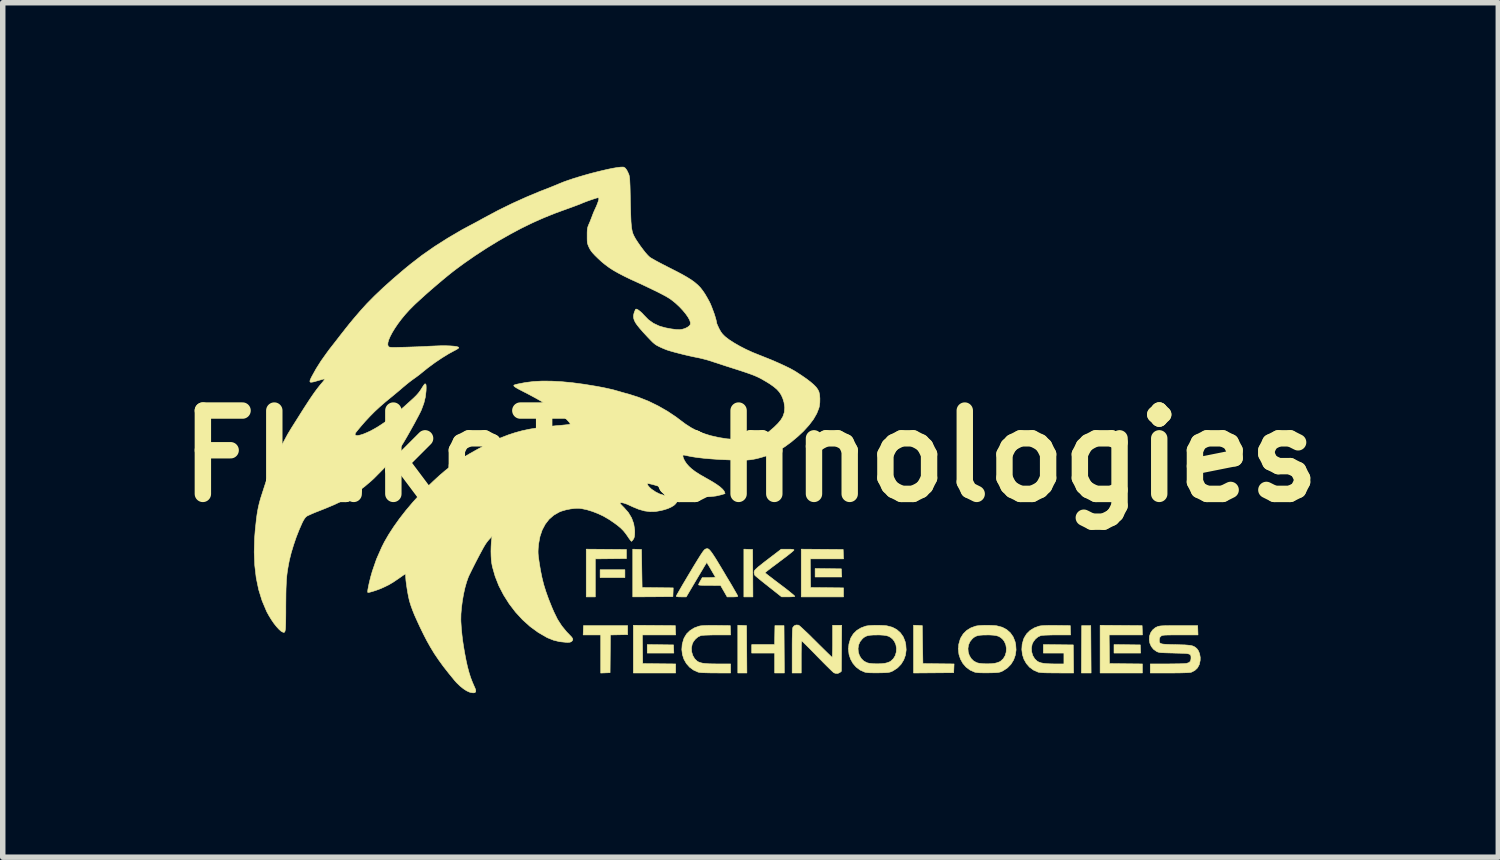
<source format=kicad_pcb>
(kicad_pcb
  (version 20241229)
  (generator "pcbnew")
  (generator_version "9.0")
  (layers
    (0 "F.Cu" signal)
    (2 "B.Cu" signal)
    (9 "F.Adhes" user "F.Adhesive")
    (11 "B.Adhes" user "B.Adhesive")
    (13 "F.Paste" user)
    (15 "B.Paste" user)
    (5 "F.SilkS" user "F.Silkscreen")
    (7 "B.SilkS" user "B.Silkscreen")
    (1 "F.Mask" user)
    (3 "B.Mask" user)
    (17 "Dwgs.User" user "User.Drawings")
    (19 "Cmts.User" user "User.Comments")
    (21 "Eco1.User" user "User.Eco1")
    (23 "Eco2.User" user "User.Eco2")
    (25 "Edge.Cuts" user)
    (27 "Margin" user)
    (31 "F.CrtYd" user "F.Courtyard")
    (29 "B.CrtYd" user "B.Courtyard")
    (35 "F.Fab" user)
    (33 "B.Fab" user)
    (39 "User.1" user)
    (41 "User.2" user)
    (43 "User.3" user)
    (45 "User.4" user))
  (footprint "FlakeTechnologies"
    (layer "F.Cu")
    (at 10.675 5.293)
    (property "Reference" "FlakeTechnologies" (at 0 0 0) (layer "F.SilkS") (effects (font (size 1.524 1.524) (thickness 0.3))))
    (attr through_hole)
    (fp_poly (pts (xy -2.297 2.22) (xy -2.75 2.22) (xy -2.75 2.076) (xy -2.297 2.076) (xy -2.297 2.22)) (stroke (width 0.01) (type solid)) (fill yes) (layer "F.SilkS"))
    (fp_poly (pts (xy -1.648 3.448) (xy -1.408 3.451) (xy -1.405 3.526) (xy -1.402 3.6) (xy -1.888 3.6) (xy -1.888 3.445) (xy -1.648 3.448)) (stroke (width 0.01) (type solid)) (fill yes) (layer "F.SilkS"))
    (fp_poly (pts (xy -0.152 3.094) (xy -0.072 3.098) (xy -0.069 3.531) (xy -0.066 3.965) (xy -0.232 3.965) (xy -0.232 3.091) (xy -0.152 3.094)) (stroke (width 0.01) (type solid)) (fill yes) (layer "F.SilkS"))
    (fp_poly (pts (xy -0.041 1.703) (xy 0.039 1.706) (xy 0.042 2.14) (xy 0.044 2.573) (xy -0.121 2.573) (xy -0.121 1.7) (xy -0.041 1.703)) (stroke (width 0.01) (type solid)) (fill yes) (layer "F.SilkS"))
    (fp_poly (pts (xy 1.422 2.057) (xy 1.662 2.06) (xy 1.665 2.134) (xy 1.669 2.209) (xy 1.182 2.209) (xy 1.182 2.054) (xy 1.422 2.057)) (stroke (width 0.01) (type solid)) (fill yes) (layer "F.SilkS"))
    (fp_poly (pts (xy 6.226 3.531) (xy 6.229 3.965) (xy 6.052 3.965) (xy 6.054 3.531) (xy 6.057 3.098) (xy 6.223 3.098) (xy 6.226 3.531)) (stroke (width 0.01) (type solid)) (fill yes) (layer "F.SilkS"))
    (fp_poly (pts (xy 6.888 3.448) (xy 7.129 3.451) (xy 7.132 3.526) (xy 7.135 3.6) (xy 6.648 3.6) (xy 6.648 3.445) (xy 6.888 3.448)) (stroke (width 0.01) (type solid)) (fill yes) (layer "F.SilkS"))
    (fp_poly (pts (xy -2.269 1.706) (xy -2.269 1.872) (xy -2.554 1.875) (xy -2.838 1.878) (xy -2.838 2.573) (xy -3.004 2.573) (xy -3.004 1.7) (xy -2.269 1.706)) (stroke (width 0.01) (type solid)) (fill yes) (layer "F.SilkS"))
    (fp_poly (pts (xy 0.616 3.531) (xy 0.619 3.965) (xy 0.442 3.965) (xy 0.442 3.6) (xy 0.022 3.6) (xy 0.022 3.446) (xy 0.441 3.446) (xy 0.447 3.098) (xy 0.613 3.098) (xy 0.616 3.531)) (stroke (width 0.01) (type solid)) (fill yes) (layer "F.SilkS"))
    (fp_poly (pts (xy 3.062 3.094) (xy 3.142 3.098) (xy 3.147 3.446) (xy 3.153 3.793) (xy 3.438 3.796) (xy 3.723 3.799) (xy 3.716 3.959) (xy 3.349 3.962) (xy 2.982 3.965) (xy 2.982 3.091) (xy 3.062 3.094)) (stroke (width 0.01) (type solid)) (fill yes) (layer "F.SilkS"))
    (fp_poly (pts (xy -2.247 3.263) (xy -2.405 3.266) (xy -2.562 3.269) (xy -2.565 3.614) (xy -2.568 3.959) (xy -2.739 3.966) (xy -2.739 3.269) (xy -3.06 3.269) (xy -3.057 3.183) (xy -3.054 3.098) (xy -2.247 3.098) (xy -2.247 3.263)) (stroke (width 0.01) (type solid)) (fill yes) (layer "F.SilkS"))
    (fp_poly (pts (xy -2.073 1.703) (xy -1.993 1.706) (xy -1.988 2.054) (xy -1.982 2.402) (xy -1.697 2.405) (xy -1.413 2.408) (xy -1.416 2.488) (xy -1.419 2.568) (xy -1.786 2.571) (xy -2.153 2.573) (xy -2.153 1.7) (xy -2.073 1.703)) (stroke (width 0.01) (type solid)) (fill yes) (layer "F.SilkS"))
    (fp_poly (pts (xy 7.162 3.098) (xy 7.165 3.183) (xy 7.168 3.269) (xy 6.559 3.269) (xy 6.562 3.531) (xy 6.565 3.793) (xy 6.866 3.796) (xy 7.167 3.799) (xy 7.167 3.965) (xy 6.394 3.965) (xy 6.394 3.092) (xy 7.162 3.098)) (stroke (width 0.01) (type solid)) (fill yes) (layer "F.SilkS"))
    (fp_poly (pts (xy -1.759 3.095) (xy -1.375 3.098) (xy -1.372 3.183) (xy -1.368 3.269) (xy -1.977 3.269) (xy -1.974 3.531) (xy -1.971 3.793) (xy -1.67 3.796) (xy -1.369 3.799) (xy -1.369 3.965) (xy -2.142 3.965) (xy -2.142 3.092) (xy -1.759 3.095)) (stroke (width 0.01) (type solid)) (fill yes) (layer "F.SilkS"))
    (fp_poly (pts (xy 1.311 1.703) (xy 1.695 1.706) (xy 1.698 1.792) (xy 1.702 1.877) (xy 1.093 1.877) (xy 1.096 2.14) (xy 1.099 2.402) (xy 1.4 2.405) (xy 1.701 2.408) (xy 1.701 2.573) (xy 0.928 2.573) (xy 0.928 1.7) (xy 1.311 1.703)) (stroke (width 0.01) (type solid)) (fill yes) (layer "F.SilkS"))
    (fp_poly (pts (xy -0.633 3.094) (xy -0.612 3.095) (xy -0.37 3.098) (xy -0.367 3.183) (xy -0.364 3.269) (xy -0.615 3.269) (xy -0.696 3.269) (xy -0.768 3.271) (xy -0.83 3.273) (xy -0.877 3.276) (xy -0.906 3.28) (xy -0.909 3.281) (xy -0.959 3.304) (xy -1.006 3.343) (xy -1.045 3.392) (xy -1.066 3.437) (xy -1.08 3.507) (xy -1.076 3.578) (xy -1.055 3.646) (xy -1.021 3.704) (xy -0.977 3.747) (xy -0.95 3.763) (xy -0.918 3.775) (xy -0.878 3.785) (xy -0.828 3.791) (xy -0.764 3.796) (xy -0.685 3.798) (xy -0.586 3.799) (xy -0.583 3.799) (xy -0.364 3.799) (xy -0.364 3.965) (xy -0.638 3.964) (xy -0.738 3.963) (xy -0.819 3.961) (xy -0.88 3.959) (xy -0.925 3.955) (xy -0.953 3.95) (xy -0.958 3.949) (xy -1.042 3.911) (xy -1.114 3.858) (xy -1.173 3.791) (xy -1.217 3.713) (xy -1.245 3.627) (xy -1.256 3.536) (xy -1.249 3.442) (xy -1.223 3.348) (xy -1.211 3.32) (xy -1.167 3.248) (xy -1.105 3.188) (xy -1.03 3.141) (xy -0.944 3.109) (xy -0.916 3.103) (xy -0.886 3.1) (xy -0.839 3.097) (xy -0.778 3.095) (xy -0.708 3.094) (xy -0.633 3.094)) (stroke (width 0.01) (type solid)) (fill yes) (layer "F.SilkS"))
    (fp_poly (pts (xy 0.732 1.701) (xy 0.767 1.703) (xy 0.787 1.707) (xy 0.795 1.713) (xy 0.795 1.716) (xy 0.787 1.727) (xy 0.762 1.748) (xy 0.725 1.779) (xy 0.676 1.818) (xy 0.618 1.862) (xy 0.553 1.911) (xy 0.53 1.928) (xy 0.464 1.978) (xy 0.403 2.023) (xy 0.351 2.063) (xy 0.309 2.095) (xy 0.281 2.118) (xy 0.267 2.129) (xy 0.266 2.131) (xy 0.274 2.139) (xy 0.298 2.158) (xy 0.336 2.188) (xy 0.385 2.225) (xy 0.443 2.27) (xy 0.508 2.319) (xy 0.542 2.345) (xy 0.61 2.396) (xy 0.671 2.443) (xy 0.723 2.485) (xy 0.766 2.52) (xy 0.795 2.545) (xy 0.81 2.56) (xy 0.811 2.563) (xy 0.798 2.567) (xy 0.768 2.57) (xy 0.725 2.572) (xy 0.687 2.573) (xy 0.569 2.572) (xy 0.331 2.384) (xy 0.268 2.334) (xy 0.21 2.288) (xy 0.16 2.247) (xy 0.12 2.214) (xy 0.093 2.191) (xy 0.08 2.179) (xy 0.08 2.179) (xy 0.07 2.155) (xy 0.066 2.126) (xy 0.067 2.112) (xy 0.071 2.099) (xy 0.08 2.084) (xy 0.095 2.067) (xy 0.119 2.045) (xy 0.152 2.016) (xy 0.198 1.98) (xy 0.257 1.933) (xy 0.332 1.876) (xy 0.35 1.862) (xy 0.561 1.701) (xy 0.678 1.701) (xy 0.732 1.701)) (stroke (width 0.01) (type solid)) (fill yes) (layer "F.SilkS"))
    (fp_poly (pts (xy 5.584 3.094) (xy 5.605 3.095) (xy 5.848 3.098) (xy 5.851 3.183) (xy 5.854 3.269) (xy 5.602 3.269) (xy 5.522 3.269) (xy 5.449 3.271) (xy 5.388 3.273) (xy 5.341 3.276) (xy 5.312 3.28) (xy 5.308 3.281) (xy 5.258 3.304) (xy 5.211 3.343) (xy 5.173 3.392) (xy 5.151 3.437) (xy 5.138 3.507) (xy 5.142 3.578) (xy 5.162 3.646) (xy 5.197 3.704) (xy 5.241 3.747) (xy 5.273 3.765) (xy 5.313 3.779) (xy 5.364 3.789) (xy 5.428 3.795) (xy 5.508 3.798) (xy 5.574 3.799) (xy 5.732 3.799) (xy 5.732 3.6) (xy 5.356 3.6) (xy 5.356 3.445) (xy 5.629 3.448) (xy 5.903 3.451) (xy 5.906 3.708) (xy 5.909 3.965) (xy 5.608 3.964) (xy 5.504 3.963) (xy 5.421 3.962) (xy 5.356 3.96) (xy 5.308 3.956) (xy 5.275 3.952) (xy 5.26 3.949) (xy 5.175 3.911) (xy 5.103 3.858) (xy 5.045 3.791) (xy 5.001 3.713) (xy 4.973 3.627) (xy 4.962 3.536) (xy 4.968 3.442) (xy 4.994 3.348) (xy 5.006 3.32) (xy 5.051 3.248) (xy 5.112 3.188) (xy 5.188 3.141) (xy 5.273 3.109) (xy 5.302 3.103) (xy 5.331 3.1) (xy 5.379 3.097) (xy 5.44 3.095) (xy 5.509 3.094) (xy 5.584 3.094)) (stroke (width 0.01) (type solid)) (fill yes) (layer "F.SilkS"))
    (fp_poly (pts (xy 0.874 3.089) (xy 0.881 3.091) (xy 0.896 3.102) (xy 0.924 3.126) (xy 0.964 3.163) (xy 1.013 3.209) (xy 1.071 3.264) (xy 1.133 3.326) (xy 1.199 3.391) (xy 1.264 3.456) (xy 1.325 3.516) (xy 1.379 3.569) (xy 1.425 3.614) (xy 1.46 3.648) (xy 1.484 3.67) (xy 1.493 3.677) (xy 1.494 3.677) (xy 1.496 3.667) (xy 1.498 3.637) (xy 1.499 3.591) (xy 1.501 3.531) (xy 1.502 3.461) (xy 1.502 3.385) (xy 1.502 3.092) (xy 1.668 3.092) (xy 1.665 3.513) (xy 1.662 3.933) (xy 1.636 3.955) (xy 1.597 3.973) (xy 1.553 3.971) (xy 1.524 3.96) (xy 1.51 3.948) (xy 1.483 3.923) (xy 1.444 3.885) (xy 1.396 3.838) (xy 1.34 3.782) (xy 1.279 3.72) (xy 1.222 3.662) (xy 1.159 3.597) (xy 1.1 3.537) (xy 1.047 3.484) (xy 1.003 3.44) (xy 0.969 3.407) (xy 0.946 3.386) (xy 0.938 3.379) (xy 0.935 3.39) (xy 0.932 3.42) (xy 0.93 3.468) (xy 0.929 3.531) (xy 0.928 3.607) (xy 0.928 3.672) (xy 0.928 3.965) (xy 0.762 3.965) (xy 0.762 3.562) (xy 0.762 3.439) (xy 0.763 3.337) (xy 0.765 3.257) (xy 0.767 3.196) (xy 0.77 3.156) (xy 0.774 3.134) (xy 0.774 3.132) (xy 0.799 3.102) (xy 0.835 3.087) (xy 0.874 3.089)) (stroke (width 0.01) (type solid)) (fill yes) (layer "F.SilkS"))
    (fp_poly (pts (xy -0.781 1.692) (xy -0.766 1.699) (xy -0.749 1.714) (xy -0.728 1.738) (xy -0.703 1.772) (xy -0.672 1.818) (xy -0.634 1.877) (xy -0.589 1.951) (xy -0.534 2.042) (xy -0.482 2.129) (xy -0.43 2.217) (xy -0.381 2.298) (xy -0.337 2.372) (xy -0.3 2.437) (xy -0.269 2.49) (xy -0.247 2.529) (xy -0.235 2.553) (xy -0.232 2.559) (xy -0.239 2.567) (xy -0.262 2.571) (xy -0.304 2.573) (xy -0.329 2.573) (xy -0.427 2.573) (xy -0.487 2.468) (xy -0.547 2.364) (xy -0.748 2.363) (xy -0.827 2.363) (xy -0.886 2.361) (xy -0.924 2.359) (xy -0.945 2.355) (xy -0.95 2.351) (xy -0.945 2.335) (xy -0.931 2.307) (xy -0.916 2.279) (xy -0.882 2.22) (xy -0.76 2.22) (xy -0.712 2.219) (xy -0.673 2.217) (xy -0.649 2.214) (xy -0.642 2.211) (xy -0.65 2.197) (xy -0.665 2.17) (xy -0.687 2.133) (xy -0.712 2.09) (xy -0.737 2.047) (xy -0.761 2.006) (xy -0.782 1.973) (xy -0.795 1.95) (xy -0.8 1.944) (xy -0.806 1.953) (xy -0.822 1.979) (xy -0.847 2.019) (xy -0.878 2.072) (xy -0.916 2.135) (xy -0.958 2.206) (xy -0.989 2.258) (xy -1.175 2.573) (xy -1.267 2.573) (xy -1.316 2.572) (xy -1.346 2.568) (xy -1.358 2.562) (xy -1.358 2.56) (xy -1.353 2.548) (xy -1.337 2.519) (xy -1.312 2.475) (xy -1.279 2.418) (xy -1.24 2.35) (xy -1.194 2.273) (xy -1.145 2.19) (xy -1.109 2.13) (xy -1.047 2.026) (xy -0.995 1.941) (xy -0.952 1.871) (xy -0.917 1.815) (xy -0.889 1.773) (xy -0.867 1.741) (xy -0.85 1.72) (xy -0.837 1.707) (xy -0.827 1.7) (xy -0.827 1.7) (xy -0.811 1.694) (xy -0.796 1.691) (xy -0.781 1.692)) (stroke (width 0.01) (type solid)) (fill yes) (layer "F.SilkS"))
    (fp_poly (pts (xy 2.38 3.094) (xy 2.445 3.097) (xy 2.497 3.102) (xy 2.499 3.103) (xy 2.594 3.128) (xy 2.675 3.171) (xy 2.742 3.23) (xy 2.794 3.304) (xy 2.829 3.393) (xy 2.84 3.445) (xy 2.847 3.543) (xy 2.834 3.638) (xy 2.802 3.726) (xy 2.753 3.805) (xy 2.689 3.871) (xy 2.61 3.923) (xy 2.597 3.93) (xy 2.574 3.94) (xy 2.552 3.948) (xy 2.528 3.953) (xy 2.498 3.957) (xy 2.458 3.959) (xy 2.404 3.961) (xy 2.336 3.962) (xy 2.251 3.962) (xy 2.185 3.961) (xy 2.137 3.957) (xy 2.103 3.952) (xy 2.09 3.949) (xy 2.005 3.911) (xy 1.932 3.856) (xy 1.874 3.789) (xy 1.83 3.71) (xy 1.802 3.624) (xy 1.792 3.532) (xy 1.793 3.517) (xy 1.967 3.517) (xy 1.972 3.583) (xy 1.992 3.645) (xy 2.026 3.701) (xy 2.072 3.746) (xy 2.13 3.777) (xy 2.171 3.787) (xy 2.239 3.795) (xy 2.317 3.797) (xy 2.394 3.795) (xy 2.456 3.788) (xy 2.501 3.777) (xy 2.543 3.761) (xy 2.563 3.75) (xy 2.612 3.705) (xy 2.647 3.648) (xy 2.666 3.583) (xy 2.67 3.514) (xy 2.659 3.447) (xy 2.631 3.385) (xy 2.598 3.343) (xy 2.564 3.315) (xy 2.528 3.294) (xy 2.485 3.281) (xy 2.431 3.273) (xy 2.361 3.269) (xy 2.321 3.269) (xy 2.245 3.27) (xy 2.187 3.274) (xy 2.142 3.282) (xy 2.106 3.295) (xy 2.075 3.314) (xy 2.048 3.337) (xy 2.004 3.391) (xy 1.977 3.452) (xy 1.967 3.517) (xy 1.793 3.517) (xy 1.8 3.438) (xy 1.827 3.344) (xy 1.837 3.32) (xy 1.881 3.249) (xy 1.942 3.188) (xy 2.018 3.141) (xy 2.103 3.109) (xy 2.13 3.103) (xy 2.177 3.098) (xy 2.239 3.094) (xy 2.309 3.093) (xy 2.38 3.094)) (stroke (width 0.01) (type solid)) (fill yes) (layer "F.SilkS"))
    (fp_poly (pts (xy 4.39 3.094) (xy 4.455 3.097) (xy 4.507 3.102) (xy 4.509 3.103) (xy 4.604 3.128) (xy 4.685 3.171) (xy 4.752 3.23) (xy 4.804 3.304) (xy 4.839 3.393) (xy 4.85 3.445) (xy 4.857 3.543) (xy 4.843 3.638) (xy 4.812 3.726) (xy 4.763 3.805) (xy 4.699 3.871) (xy 4.62 3.923) (xy 4.607 3.93) (xy 4.584 3.94) (xy 4.562 3.948) (xy 4.538 3.953) (xy 4.508 3.957) (xy 4.468 3.959) (xy 4.414 3.961) (xy 4.346 3.962) (xy 4.261 3.962) (xy 4.195 3.961) (xy 4.147 3.957) (xy 4.113 3.952) (xy 4.1 3.949) (xy 4.015 3.911) (xy 3.942 3.856) (xy 3.884 3.789) (xy 3.84 3.71) (xy 3.812 3.624) (xy 3.802 3.532) (xy 3.803 3.517) (xy 3.977 3.517) (xy 3.982 3.583) (xy 4.002 3.645) (xy 4.036 3.701) (xy 4.082 3.746) (xy 4.14 3.777) (xy 4.181 3.787) (xy 4.249 3.795) (xy 4.327 3.797) (xy 4.404 3.795) (xy 4.466 3.788) (xy 4.51 3.777) (xy 4.553 3.761) (xy 4.573 3.75) (xy 4.622 3.705) (xy 4.657 3.648) (xy 4.676 3.583) (xy 4.68 3.514) (xy 4.669 3.447) (xy 4.641 3.385) (xy 4.608 3.343) (xy 4.574 3.315) (xy 4.538 3.294) (xy 4.495 3.281) (xy 4.441 3.273) (xy 4.371 3.269) (xy 4.33 3.269) (xy 4.255 3.27) (xy 4.197 3.274) (xy 4.152 3.282) (xy 4.116 3.295) (xy 4.085 3.314) (xy 4.058 3.337) (xy 4.014 3.391) (xy 3.987 3.452) (xy 3.977 3.517) (xy 3.803 3.517) (xy 3.809 3.438) (xy 3.836 3.344) (xy 3.847 3.32) (xy 3.891 3.249) (xy 3.952 3.188) (xy 4.027 3.141) (xy 4.113 3.109) (xy 4.14 3.103) (xy 4.187 3.098) (xy 4.249 3.094) (xy 4.319 3.093) (xy 4.39 3.094)) (stroke (width 0.01) (type solid)) (fill yes) (layer "F.SilkS"))
    (fp_poly (pts (xy 8.181 3.183) (xy 8.184 3.269) (xy 7.859 3.269) (xy 7.766 3.269) (xy 7.692 3.269) (xy 7.635 3.27) (xy 7.593 3.271) (xy 7.562 3.273) (xy 7.54 3.276) (xy 7.525 3.28) (xy 7.515 3.285) (xy 7.506 3.292) (xy 7.484 3.316) (xy 7.477 3.348) (xy 7.476 3.356) (xy 7.477 3.381) (xy 7.479 3.4) (xy 7.487 3.415) (xy 7.502 3.425) (xy 7.526 3.433) (xy 7.562 3.438) (xy 7.613 3.441) (xy 7.681 3.444) (xy 7.769 3.446) (xy 7.776 3.446) (xy 7.87 3.449) (xy 7.945 3.451) (xy 8.003 3.456) (xy 8.048 3.461) (xy 8.083 3.469) (xy 8.11 3.48) (xy 8.133 3.494) (xy 8.155 3.512) (xy 8.164 3.52) (xy 8.193 3.561) (xy 8.214 3.616) (xy 8.225 3.679) (xy 8.224 3.734) (xy 8.208 3.809) (xy 8.175 3.871) (xy 8.126 3.918) (xy 8.064 3.95) (xy 8.052 3.953) (xy 8.03 3.956) (xy 7.989 3.959) (xy 7.932 3.961) (xy 7.86 3.963) (xy 7.777 3.964) (xy 7.686 3.965) (xy 7.661 3.965) (xy 7.311 3.965) (xy 7.311 3.799) (xy 7.623 3.799) (xy 7.706 3.798) (xy 7.784 3.797) (xy 7.853 3.796) (xy 7.911 3.794) (xy 7.953 3.791) (xy 7.977 3.789) (xy 7.978 3.788) (xy 8.021 3.773) (xy 8.045 3.749) (xy 8.055 3.713) (xy 8.056 3.694) (xy 8.056 3.669) (xy 8.053 3.648) (xy 8.045 3.633) (xy 8.031 3.622) (xy 8.006 3.614) (xy 7.97 3.608) (xy 7.919 3.605) (xy 7.851 3.603) (xy 7.764 3.601) (xy 7.744 3.6) (xy 7.658 3.598) (xy 7.592 3.596) (xy 7.541 3.594) (xy 7.504 3.592) (xy 7.477 3.588) (xy 7.456 3.583) (xy 7.44 3.577) (xy 7.427 3.571) (xy 7.37 3.53) (xy 7.329 3.478) (xy 7.303 3.418) (xy 7.293 3.355) (xy 7.297 3.292) (xy 7.317 3.232) (xy 7.352 3.18) (xy 7.401 3.138) (xy 7.441 3.118) (xy 7.458 3.112) (xy 7.477 3.108) (xy 7.501 3.104) (xy 7.533 3.102) (xy 7.575 3.1) (xy 7.63 3.099) (xy 7.701 3.098) (xy 7.789 3.098) (xy 7.835 3.098) (xy 8.178 3.098) (xy 8.181 3.183)) (stroke (width 0.01) (type solid)) (fill yes) (layer "F.SilkS"))
    (fp_poly (pts (xy -2.317 -5.286) (xy -2.29 -5.269) (xy -2.262 -5.232) (xy -2.236 -5.179) (xy -2.224 -5.151) (xy -2.219 -5.134) (xy -2.215 -5.113) (xy -2.211 -5.086) (xy -2.208 -5.05) (xy -2.206 -5.004) (xy -2.203 -4.944) (xy -2.201 -4.869) (xy -2.199 -4.776) (xy -2.197 -4.671) (xy -2.194 -4.548) (xy -2.191 -4.444) (xy -2.188 -4.358) (xy -2.185 -4.286) (xy -2.18 -4.228) (xy -2.175 -4.179) (xy -2.168 -4.139) (xy -2.161 -4.105) (xy -2.151 -4.074) (xy -2.148 -4.065) (xy -2.129 -4.024) (xy -2.099 -3.97) (xy -2.059 -3.909) (xy -2.014 -3.844) (xy -1.967 -3.781) (xy -1.921 -3.722) (xy -1.878 -3.674) (xy -1.845 -3.642) (xy -1.825 -3.628) (xy -1.787 -3.606) (xy -1.736 -3.577) (xy -1.673 -3.543) (xy -1.6 -3.505) (xy -1.522 -3.465) (xy -1.473 -3.44) (xy -1.351 -3.378) (xy -1.247 -3.323) (xy -1.158 -3.272) (xy -1.083 -3.225) (xy -1.02 -3.179) (xy -0.965 -3.132) (xy -0.917 -3.083) (xy -0.874 -3.028) (xy -0.833 -2.968) (xy -0.792 -2.898) (xy -0.753 -2.827) (xy -0.732 -2.784) (xy -0.71 -2.73) (xy -0.687 -2.669) (xy -0.664 -2.607) (xy -0.645 -2.547) (xy -0.63 -2.494) (xy -0.621 -2.454) (xy -0.618 -2.435) (xy -0.614 -2.42) (xy -0.601 -2.39) (xy -0.583 -2.351) (xy -0.574 -2.332) (xy -0.544 -2.278) (xy -0.514 -2.237) (xy -0.477 -2.199) (xy -0.458 -2.182) (xy -0.386 -2.127) (xy -0.297 -2.07) (xy -0.194 -2.011) (xy -0.081 -1.953) (xy 0.037 -1.899) (xy 0.144 -1.856) (xy 0.282 -1.801) (xy 0.413 -1.748) (xy 0.531 -1.696) (xy 0.637 -1.647) (xy 0.727 -1.603) (xy 0.799 -1.563) (xy 0.826 -1.547) (xy 0.935 -1.476) (xy 1.026 -1.413) (xy 1.099 -1.357) (xy 1.157 -1.307) (xy 1.201 -1.262) (xy 1.231 -1.22) (xy 1.251 -1.18) (xy 1.252 -1.177) (xy 1.264 -1.122) (xy 1.269 -1.055) (xy 1.268 -0.984) (xy 1.26 -0.918) (xy 1.252 -0.883) (xy 1.212 -0.781) (xy 1.151 -0.675) (xy 1.069 -0.567) (xy 0.968 -0.456) (xy 0.864 -0.359) (xy 0.743 -0.258) (xy 0.63 -0.175) (xy 0.519 -0.107) (xy 0.408 -0.052) (xy 0.293 -0.007) (xy 0.221 0.015) (xy 0.157 0.033) (xy 0.101 0.047) (xy 0.049 0.057) (xy -0.002 0.065) (xy -0.056 0.07) (xy -0.117 0.072) (xy -0.188 0.072) (xy -0.273 0.071) (xy -0.376 0.068) (xy -0.403 0.067) (xy -0.562 0.06) (xy -0.711 0.05) (xy -0.849 0.038) (xy -0.972 0.024) (xy -1.077 0.008) (xy -1.146 -0.006) (xy -1.184 -0.014) (xy -1.213 -0.02) (xy -1.227 -0.022) (xy -1.236 -0.013) (xy -1.235 0.01) (xy -1.224 0.043) (xy -1.205 0.083) (xy -1.205 0.083) (xy -1.17 0.136) (xy -1.127 0.185) (xy -1.074 0.234) (xy -1.009 0.283) (xy -0.928 0.335) (xy -0.83 0.391) (xy -0.798 0.409) (xy -0.702 0.464) (xy -0.621 0.515) (xy -0.556 0.562) (xy -0.51 0.604) (xy -0.482 0.639) (xy -0.477 0.65) (xy -0.465 0.684) (xy -0.537 0.706) (xy -0.633 0.728) (xy -0.743 0.74) (xy -0.864 0.743) (xy -0.99 0.736) (xy -1.117 0.718) (xy -1.154 0.711) (xy -1.229 0.694) (xy -1.317 0.67) (xy -1.411 0.642) (xy -1.504 0.612) (xy -1.588 0.581) (xy -1.595 0.578) (xy -1.641 0.562) (xy -1.692 0.546) (xy -1.745 0.53) (xy -1.795 0.516) (xy -1.838 0.506) (xy -1.869 0.501) (xy -1.884 0.5) (xy -1.885 0.501) (xy -1.885 0.516) (xy -1.872 0.54) (xy -1.848 0.568) (xy -1.817 0.597) (xy -1.806 0.606) (xy -1.736 0.653) (xy -1.664 0.689) (xy -1.585 0.714) (xy -1.494 0.732) (xy -1.431 0.74) (xy -1.386 0.745) (xy -1.349 0.752) (xy -1.326 0.759) (xy -1.321 0.762) (xy -1.318 0.779) (xy -1.327 0.807) (xy -1.346 0.84) (xy -1.372 0.873) (xy -1.401 0.9) (xy -1.407 0.904) (xy -1.456 0.933) (xy -1.513 0.958) (xy -1.582 0.98) (xy -1.639 0.994) (xy -1.74 1.012) (xy -1.838 1.014) (xy -1.937 1.001) (xy -2.041 0.972) (xy -2.153 0.926) (xy -2.185 0.911) (xy -2.257 0.878) (xy -2.316 0.858) (xy -2.358 0.849) (xy -2.384 0.854) (xy -2.388 0.856) (xy -2.383 0.866) (xy -2.365 0.887) (xy -2.337 0.916) (xy -2.313 0.94) (xy -2.233 1.031) (xy -2.174 1.13) (xy -2.136 1.235) (xy -2.118 1.347) (xy -2.117 1.388) (xy -2.119 1.439) (xy -2.124 1.475) (xy -2.133 1.502) (xy -2.142 1.518) (xy -2.16 1.542) (xy -2.174 1.556) (xy -2.177 1.557) (xy -2.187 1.548) (xy -2.205 1.525) (xy -2.23 1.491) (xy -2.246 1.466) (xy -2.285 1.411) (xy -2.326 1.361) (xy -2.373 1.314) (xy -2.429 1.267) (xy -2.497 1.217) (xy -2.581 1.16) (xy -2.602 1.147) (xy -2.69 1.096) (xy -2.788 1.05) (xy -2.891 1.01) (xy -2.992 0.979) (xy -3.086 0.959) (xy -3.136 0.953) (xy -3.208 0.954) (xy -3.29 0.964) (xy -3.375 0.981) (xy -3.454 1.004) (xy -3.499 1.022) (xy -3.598 1.079) (xy -3.683 1.153) (xy -3.753 1.243) (xy -3.809 1.348) (xy -3.85 1.469) (xy -3.875 1.604) (xy -3.882 1.678) (xy -3.884 1.714) (xy -3.885 1.747) (xy -3.884 1.781) (xy -3.881 1.819) (xy -3.875 1.865) (xy -3.867 1.922) (xy -3.856 1.993) (xy -3.841 2.082) (xy -3.839 2.093) (xy -3.814 2.217) (xy -3.783 2.343) (xy -3.743 2.472) (xy -3.694 2.609) (xy -3.634 2.759) (xy -3.597 2.845) (xy -3.53 2.982) (xy -3.453 3.102) (xy -3.362 3.213) (xy -3.303 3.274) (xy -3.269 3.31) (xy -3.252 3.337) (xy -3.25 3.359) (xy -3.263 3.379) (xy -3.27 3.386) (xy -3.287 3.397) (xy -3.31 3.403) (xy -3.345 3.405) (xy -3.371 3.404) (xy -3.491 3.392) (xy -3.601 3.365) (xy -3.711 3.321) (xy -3.727 3.313) (xy -3.882 3.223) (xy -4.03 3.115) (xy -4.169 2.99) (xy -4.297 2.851) (xy -4.413 2.699) (xy -4.515 2.538) (xy -4.602 2.37) (xy -4.67 2.197) (xy -4.72 2.022) (xy -4.733 1.952) (xy -4.74 1.894) (xy -4.744 1.821) (xy -4.746 1.74) (xy -4.744 1.657) (xy -4.74 1.58) (xy -4.733 1.515) (xy -4.731 1.502) (xy -4.725 1.463) (xy -4.786 1.529) (xy -4.808 1.555) (xy -4.831 1.586) (xy -4.856 1.624) (xy -4.885 1.673) (xy -4.919 1.736) (xy -4.961 1.814) (xy -4.987 1.864) (xy -5.026 1.939) (xy -5.063 2.012) (xy -5.097 2.08) (xy -5.126 2.139) (xy -5.148 2.184) (xy -5.16 2.211) (xy -5.192 2.301) (xy -5.222 2.407) (xy -5.248 2.524) (xy -5.269 2.646) (xy -5.285 2.768) (xy -5.295 2.884) (xy -5.297 2.989) (xy -5.296 3.026) (xy -5.288 3.149) (xy -5.277 3.262) (xy -5.264 3.372) (xy -5.246 3.488) (xy -5.228 3.595) (xy -5.202 3.731) (xy -5.176 3.849) (xy -5.148 3.953) (xy -5.119 4.046) (xy -5.085 4.134) (xy -5.048 4.219) (xy -5.043 4.229) (xy -5.025 4.274) (xy -5.025 4.306) (xy -5.04 4.324) (xy -5.073 4.328) (xy -5.124 4.319) (xy -5.143 4.313) (xy -5.193 4.29) (xy -5.251 4.252) (xy -5.313 4.202) (xy -5.373 4.144) (xy -5.409 4.104) (xy -5.52 3.968) (xy -5.618 3.843) (xy -5.704 3.724) (xy -5.782 3.609) (xy -5.853 3.492) (xy -5.921 3.371) (xy -5.979 3.258) (xy -6.044 3.125) (xy -6.098 3.008) (xy -6.144 2.906) (xy -6.18 2.816) (xy -6.209 2.736) (xy -6.232 2.663) (xy -6.24 2.634) (xy -6.254 2.571) (xy -6.268 2.498) (xy -6.281 2.42) (xy -6.292 2.344) (xy -6.301 2.275) (xy -6.305 2.219) (xy -6.306 2.197) (xy -6.307 2.169) (xy -6.311 2.154) (xy -6.312 2.153) (xy -6.323 2.16) (xy -6.348 2.176) (xy -6.384 2.201) (xy -6.428 2.232) (xy -6.435 2.237) (xy -6.528 2.3) (xy -6.615 2.352) (xy -6.708 2.397) (xy -6.764 2.422) (xy -6.812 2.44) (xy -6.862 2.458) (xy -6.91 2.473) (xy -6.952 2.485) (xy -6.983 2.492) (xy -6.998 2.492) (xy -6.999 2.491) (xy -7.001 2.476) (xy -6.998 2.443) (xy -6.989 2.395) (xy -6.977 2.336) (xy -6.961 2.269) (xy -6.943 2.197) (xy -6.922 2.124) (xy -6.918 2.109) (xy -6.84 1.883) (xy -6.743 1.663) (xy -6.695 1.568) (xy -6.617 1.433) (xy -6.524 1.29) (xy -6.418 1.141) (xy -6.301 0.991) (xy -6.176 0.843) (xy -6.046 0.7) (xy -5.923 0.574) (xy -5.8 0.456) (xy -5.687 0.352) (xy -5.579 0.26) (xy -5.474 0.177) (xy -5.367 0.1) (xy -5.255 0.027) (xy -5.134 -0.047) (xy -5 -0.122) (xy -4.982 -0.132) (xy -4.832 -0.212) (xy -4.692 -0.28) (xy -4.56 -0.339) (xy -4.431 -0.389) (xy -4.303 -0.431) (xy -4.171 -0.467) (xy -4.032 -0.496) (xy -3.883 -0.52) (xy -3.72 -0.541) (xy -3.539 -0.559) (xy -3.473 -0.564) (xy -3.415 -0.57) (xy -3.364 -0.575) (xy -3.325 -0.58) (xy -3.302 -0.585) (xy -3.298 -0.586) (xy -3.3 -0.598) (xy -3.316 -0.621) (xy -3.343 -0.652) (xy -3.379 -0.689) (xy -3.42 -0.728) (xy -3.464 -0.767) (xy -3.508 -0.803) (xy -3.512 -0.806) (xy -3.568 -0.846) (xy -3.64 -0.893) (xy -3.725 -0.945) (xy -3.818 -1) (xy -3.916 -1.056) (xy -4.016 -1.11) (xy -4.112 -1.161) (xy -4.114 -1.161) (xy -4.187 -1.199) (xy -4.243 -1.228) (xy -4.283 -1.251) (xy -4.309 -1.268) (xy -4.324 -1.281) (xy -4.329 -1.292) (xy -4.329 -1.293) (xy -4.323 -1.301) (xy -4.302 -1.309) (xy -4.266 -1.318) (xy -4.212 -1.329) (xy -4.139 -1.343) (xy -4.103 -1.349) (xy -3.967 -1.366) (xy -3.813 -1.374) (xy -3.642 -1.373) (xy -3.456 -1.363) (xy -3.257 -1.344) (xy -3.046 -1.316) (xy -2.826 -1.28) (xy -2.707 -1.258) (xy -2.64 -1.244) (xy -2.573 -1.229) (xy -2.512 -1.215) (xy -2.465 -1.202) (xy -2.453 -1.198) (xy -2.409 -1.186) (xy -2.352 -1.169) (xy -2.287 -1.151) (xy -2.223 -1.134) (xy -2.22 -1.133) (xy -2.045 -1.077) (xy -1.866 -1.006) (xy -1.69 -0.92) (xy -1.52 -0.823) (xy -1.364 -0.719) (xy -1.302 -0.672) (xy -1.188 -0.587) (xy -1.082 -0.519) (xy -0.976 -0.463) (xy -0.866 -0.418) (xy -0.747 -0.381) (xy -0.727 -0.375) (xy -0.575 -0.341) (xy -0.431 -0.318) (xy -0.283 -0.307) (xy -0.182 -0.305) (xy -0.076 -0.307) (xy 0.013 -0.312) (xy 0.088 -0.323) (xy 0.153 -0.341) (xy 0.212 -0.366) (xy 0.27 -0.4) (xy 0.33 -0.444) (xy 0.341 -0.452) (xy 0.431 -0.529) (xy 0.503 -0.6) (xy 0.557 -0.666) (xy 0.593 -0.726) (xy 0.619 -0.804) (xy 0.626 -0.891) (xy 0.613 -0.984) (xy 0.592 -1.053) (xy 0.565 -1.115) (xy 0.53 -1.17) (xy 0.485 -1.221) (xy 0.426 -1.271) (xy 0.351 -1.324) (xy 0.291 -1.361) (xy 0.241 -1.39) (xy 0.196 -1.416) (xy 0.153 -1.438) (xy 0.108 -1.459) (xy 0.058 -1.48) (xy 0.002 -1.501) (xy -0.066 -1.525) (xy -0.146 -1.552) (xy -0.244 -1.584) (xy -0.298 -1.601) (xy -0.382 -1.628) (xy -0.467 -1.655) (xy -0.548 -1.682) (xy -0.621 -1.706) (xy -0.681 -1.725) (xy -0.712 -1.736) (xy -0.78 -1.757) (xy -0.859 -1.778) (xy -0.937 -1.797) (xy -0.986 -1.807) (xy -1.056 -1.821) (xy -1.136 -1.839) (xy -1.222 -1.859) (xy -1.308 -1.881) (xy -1.389 -1.902) (xy -1.46 -1.922) (xy -1.515 -1.939) (xy -1.525 -1.942) (xy -1.566 -1.958) (xy -1.616 -1.979) (xy -1.666 -2.002) (xy -1.672 -2.005) (xy -1.705 -2.022) (xy -1.734 -2.039) (xy -1.762 -2.061) (xy -1.793 -2.088) (xy -1.83 -2.126) (xy -1.878 -2.176) (xy -1.893 -2.192) (xy -1.967 -2.272) (xy -2.026 -2.34) (xy -2.072 -2.397) (xy -2.105 -2.445) (xy -2.126 -2.488) (xy -2.137 -2.526) (xy -2.14 -2.563) (xy -2.134 -2.6) (xy -2.126 -2.629) (xy -2.113 -2.661) (xy -2.102 -2.684) (xy -2.097 -2.69) (xy -2.08 -2.689) (xy -2.052 -2.674) (xy -2.018 -2.648) (xy -1.982 -2.616) (xy -1.953 -2.584) (xy -1.868 -2.497) (xy -1.776 -2.431) (xy -1.674 -2.383) (xy -1.648 -2.374) (xy -1.554 -2.348) (xy -1.455 -2.329) (xy -1.361 -2.317) (xy -1.296 -2.315) (xy -1.248 -2.321) (xy -1.198 -2.336) (xy -1.153 -2.358) (xy -1.118 -2.384) (xy -1.1 -2.41) (xy -1.098 -2.444) (xy -1.113 -2.49) (xy -1.143 -2.544) (xy -1.185 -2.604) (xy -1.238 -2.668) (xy -1.3 -2.734) (xy -1.37 -2.799) (xy -1.386 -2.812) (xy -1.427 -2.845) (xy -1.467 -2.875) (xy -1.512 -2.903) (xy -1.565 -2.934) (xy -1.63 -2.968) (xy -1.69 -2.999) (xy -1.766 -3.036) (xy -1.849 -3.076) (xy -1.933 -3.116) (xy -2.009 -3.152) (xy -2.06 -3.175) (xy -2.196 -3.237) (xy -2.313 -3.294) (xy -2.415 -3.347) (xy -2.505 -3.398) (xy -2.584 -3.449) (xy -2.656 -3.502) (xy -2.723 -3.557) (xy -2.789 -3.618) (xy -2.796 -3.625) (xy -2.848 -3.676) (xy -2.885 -3.716) (xy -2.913 -3.751) (xy -2.935 -3.785) (xy -2.951 -3.816) (xy -2.966 -3.849) (xy -2.976 -3.877) (xy -2.983 -3.904) (xy -2.986 -3.936) (xy -2.987 -3.98) (xy -2.987 -4.031) (xy -2.987 -4.09) (xy -2.985 -4.134) (xy -2.981 -4.167) (xy -2.974 -4.195) (xy -2.963 -4.224) (xy -2.956 -4.241) (xy -2.935 -4.289) (xy -2.913 -4.346) (xy -2.894 -4.395) (xy -2.876 -4.443) (xy -2.856 -4.49) (xy -2.839 -4.526) (xy -2.839 -4.527) (xy -2.821 -4.565) (xy -2.803 -4.609) (xy -2.787 -4.653) (xy -2.776 -4.689) (xy -2.772 -4.712) (xy -2.772 -4.712) (xy -2.781 -4.724) (xy -2.792 -4.727) (xy -2.809 -4.723) (xy -2.842 -4.713) (xy -2.885 -4.699) (xy -2.935 -4.682) (xy -2.986 -4.664) (xy -3.033 -4.646) (xy -3.071 -4.631) (xy -3.096 -4.62) (xy -3.098 -4.619) (xy -3.115 -4.612) (xy -3.149 -4.599) (xy -3.197 -4.581) (xy -3.256 -4.559) (xy -3.322 -4.535) (xy -3.353 -4.524) (xy -3.474 -4.48) (xy -3.58 -4.441) (xy -3.675 -4.403) (xy -3.766 -4.366) (xy -3.859 -4.326) (xy -3.957 -4.282) (xy -4.007 -4.259) (xy -4.199 -4.165) (xy -4.401 -4.057) (xy -4.61 -3.938) (xy -4.821 -3.809) (xy -5.03 -3.673) (xy -5.233 -3.532) (xy -5.368 -3.433) (xy -5.447 -3.373) (xy -5.537 -3.301) (xy -5.636 -3.219) (xy -5.74 -3.131) (xy -5.845 -3.041) (xy -5.947 -2.951) (xy -6.043 -2.864) (xy -6.13 -2.784) (xy -6.165 -2.75) (xy -6.243 -2.671) (xy -6.317 -2.589) (xy -6.386 -2.505) (xy -6.449 -2.421) (xy -6.504 -2.34) (xy -6.551 -2.263) (xy -6.589 -2.191) (xy -6.616 -2.128) (xy -6.631 -2.075) (xy -6.633 -2.033) (xy -6.62 -2.005) (xy -6.62 -2.005) (xy -6.612 -1.999) (xy -6.601 -1.995) (xy -6.584 -1.992) (xy -6.558 -1.99) (xy -6.52 -1.99) (xy -6.468 -1.99) (xy -6.399 -1.992) (xy -6.329 -1.993) (xy -6.241 -1.996) (xy -6.149 -1.999) (xy -6.058 -2.002) (xy -5.975 -2.006) (xy -5.906 -2.009) (xy -5.886 -2.011) (xy -5.77 -2.016) (xy -5.663 -2.02) (xy -5.568 -2.02) (xy -5.487 -2.017) (xy -5.422 -2.012) (xy -5.373 -2.005) (xy -5.343 -1.995) (xy -5.334 -1.983) (xy -5.343 -1.973) (xy -5.368 -1.956) (xy -5.402 -1.937) (xy -5.409 -1.934) (xy -5.521 -1.873) (xy -5.643 -1.798) (xy -5.772 -1.711) (xy -5.902 -1.615) (xy -6.031 -1.511) (xy -6.035 -1.507) (xy -6.074 -1.477) (xy -6.121 -1.442) (xy -6.162 -1.413) (xy -6.198 -1.387) (xy -6.245 -1.351) (xy -6.296 -1.31) (xy -6.347 -1.267) (xy -6.35 -1.265) (xy -6.402 -1.22) (xy -6.459 -1.172) (xy -6.512 -1.128) (xy -6.554 -1.093) (xy -6.674 -0.995) (xy -6.779 -0.904) (xy -6.873 -0.817) (xy -6.961 -0.728) (xy -7.048 -0.635) (xy -7.125 -0.546) (xy -7.168 -0.495) (xy -7.197 -0.459) (xy -7.217 -0.434) (xy -7.227 -0.417) (xy -7.231 -0.405) (xy -7.231 -0.396) (xy -7.229 -0.391) (xy -7.213 -0.379) (xy -7.181 -0.378) (xy -7.136 -0.387) (xy -7.079 -0.405) (xy -7.014 -0.432) (xy -6.943 -0.465) (xy -6.869 -0.506) (xy -6.819 -0.535) (xy -6.743 -0.584) (xy -6.669 -0.635) (xy -6.593 -0.691) (xy -6.514 -0.754) (xy -6.427 -0.826) (xy -6.331 -0.909) (xy -6.229 -1.001) (xy -6.163 -1.061) (xy -6.112 -1.111) (xy -6.073 -1.155) (xy -6.043 -1.195) (xy -6.03 -1.214) (xy -6 -1.262) (xy -5.979 -1.294) (xy -5.965 -1.313) (xy -5.956 -1.322) (xy -5.949 -1.323) (xy -5.942 -1.32) (xy -5.942 -1.32) (xy -5.935 -1.31) (xy -5.932 -1.287) (xy -5.931 -1.25) (xy -5.933 -1.194) (xy -5.946 -1.083) (xy -5.972 -0.974) (xy -6.014 -0.859) (xy -6.024 -0.835) (xy -6.043 -0.796) (xy -6.07 -0.743) (xy -6.105 -0.678) (xy -6.144 -0.604) (xy -6.187 -0.527) (xy -6.231 -0.448) (xy -6.274 -0.372) (xy -6.314 -0.303) (xy -6.349 -0.244) (xy -6.378 -0.198) (xy -6.38 -0.195) (xy -6.528 0.014) (xy -6.697 0.215) (xy -6.886 0.406) (xy -6.936 0.452) (xy -7.057 0.555) (xy -7.181 0.648) (xy -7.312 0.733) (xy -7.454 0.811) (xy -7.609 0.885) (xy -7.783 0.958) (xy -7.814 0.97) (xy -7.887 0.999) (xy -7.956 1.026) (xy -8.016 1.051) (xy -8.064 1.073) (xy -8.098 1.088) (xy -8.11 1.095) (xy -8.135 1.115) (xy -8.158 1.145) (xy -8.183 1.188) (xy -8.196 1.213) (xy -8.252 1.34) (xy -8.307 1.479) (xy -8.356 1.623) (xy -8.399 1.765) (xy -8.432 1.897) (xy -8.436 1.916) (xy -8.45 1.989) (xy -8.462 2.057) (xy -8.472 2.122) (xy -8.48 2.187) (xy -8.486 2.257) (xy -8.49 2.333) (xy -8.494 2.42) (xy -8.496 2.52) (xy -8.497 2.636) (xy -8.498 2.746) (xy -8.498 2.863) (xy -8.499 2.959) (xy -8.5 3.036) (xy -8.502 3.098) (xy -8.504 3.144) (xy -8.508 3.178) (xy -8.513 3.201) (xy -8.519 3.214) (xy -8.527 3.221) (xy -8.537 3.222) (xy -8.55 3.219) (xy -8.552 3.218) (xy -8.584 3.201) (xy -8.623 3.166) (xy -8.667 3.118) (xy -8.714 3.059) (xy -8.76 2.992) (xy -8.804 2.921) (xy -8.844 2.849) (xy -8.851 2.834) (xy -8.931 2.645) (xy -8.994 2.442) (xy -9.039 2.226) (xy -9.066 1.996) (xy -9.076 1.754) (xy -9.069 1.499) (xy -9.057 1.347) (xy -9.045 1.236) (xy -9.035 1.142) (xy -9.024 1.062) (xy -9.012 0.991) (xy -8.999 0.924) (xy -8.983 0.858) (xy -8.964 0.788) (xy -8.955 0.758) (xy -8.855 0.448) (xy -8.739 0.15) (xy -8.608 -0.135) (xy -8.462 -0.405) (xy -8.393 -0.519) (xy -8.307 -0.655) (xy -8.232 -0.774) (xy -8.167 -0.877) (xy -8.109 -0.966) (xy -8.059 -1.043) (xy -8.014 -1.109) (xy -7.975 -1.165) (xy -7.939 -1.214) (xy -7.906 -1.257) (xy -7.875 -1.296) (xy -7.845 -1.332) (xy -7.839 -1.339) (xy -7.811 -1.372) (xy -7.793 -1.397) (xy -7.786 -1.411) (xy -7.788 -1.414) (xy -7.804 -1.411) (xy -7.836 -1.403) (xy -7.879 -1.391) (xy -7.921 -1.379) (xy -7.982 -1.361) (xy -8.025 -1.353) (xy -8.049 -1.354) (xy -8.058 -1.367) (xy -8.053 -1.393) (xy -8.035 -1.433) (xy -8.02 -1.462) (xy -7.944 -1.599) (xy -7.853 -1.743) (xy -7.749 -1.889) (xy -7.699 -1.957) (xy -7.619 -2.059) (xy -7.552 -2.145) (xy -7.495 -2.219) (xy -7.446 -2.281) (xy -7.404 -2.335) (xy -7.367 -2.381) (xy -7.334 -2.423) (xy -7.302 -2.461) (xy -7.27 -2.5) (xy -7.237 -2.539) (xy -7.2 -2.582) (xy -7.158 -2.631) (xy -7.14 -2.652) (xy -7.019 -2.786) (xy -6.877 -2.93) (xy -6.717 -3.082) (xy -6.536 -3.244) (xy -6.337 -3.414) (xy -6.225 -3.506) (xy -6.012 -3.671) (xy -5.78 -3.833) (xy -5.533 -3.99) (xy -5.277 -4.14) (xy -5.13 -4.219) (xy -5.067 -4.252) (xy -4.994 -4.291) (xy -4.92 -4.332) (xy -4.854 -4.368) (xy -4.854 -4.368) (xy -4.61 -4.498) (xy -4.355 -4.623) (xy -4.096 -4.74) (xy -3.84 -4.847) (xy -3.727 -4.89) (xy -3.684 -4.907) (xy -3.627 -4.93) (xy -3.563 -4.956) (xy -3.499 -4.983) (xy -3.484 -4.989) (xy -3.41 -5.019) (xy -3.324 -5.049) (xy -3.229 -5.081) (xy -3.127 -5.112) (xy -3.021 -5.143) (xy -2.914 -5.173) (xy -2.808 -5.2) (xy -2.705 -5.225) (xy -2.609 -5.247) (xy -2.522 -5.265) (xy -2.446 -5.278) (xy -2.384 -5.286) (xy -2.338 -5.288) (xy -2.317 -5.286)) (stroke (width 0.01) (type solid)) (fill yes) (layer "F.SilkS")))
  (gr_rect
    (start -3 -3)
    (end 24.351 12.626)
    (stroke (width 0.1) (type default))
    (fill no)
    (layer "Edge.Cuts")))
</source>
